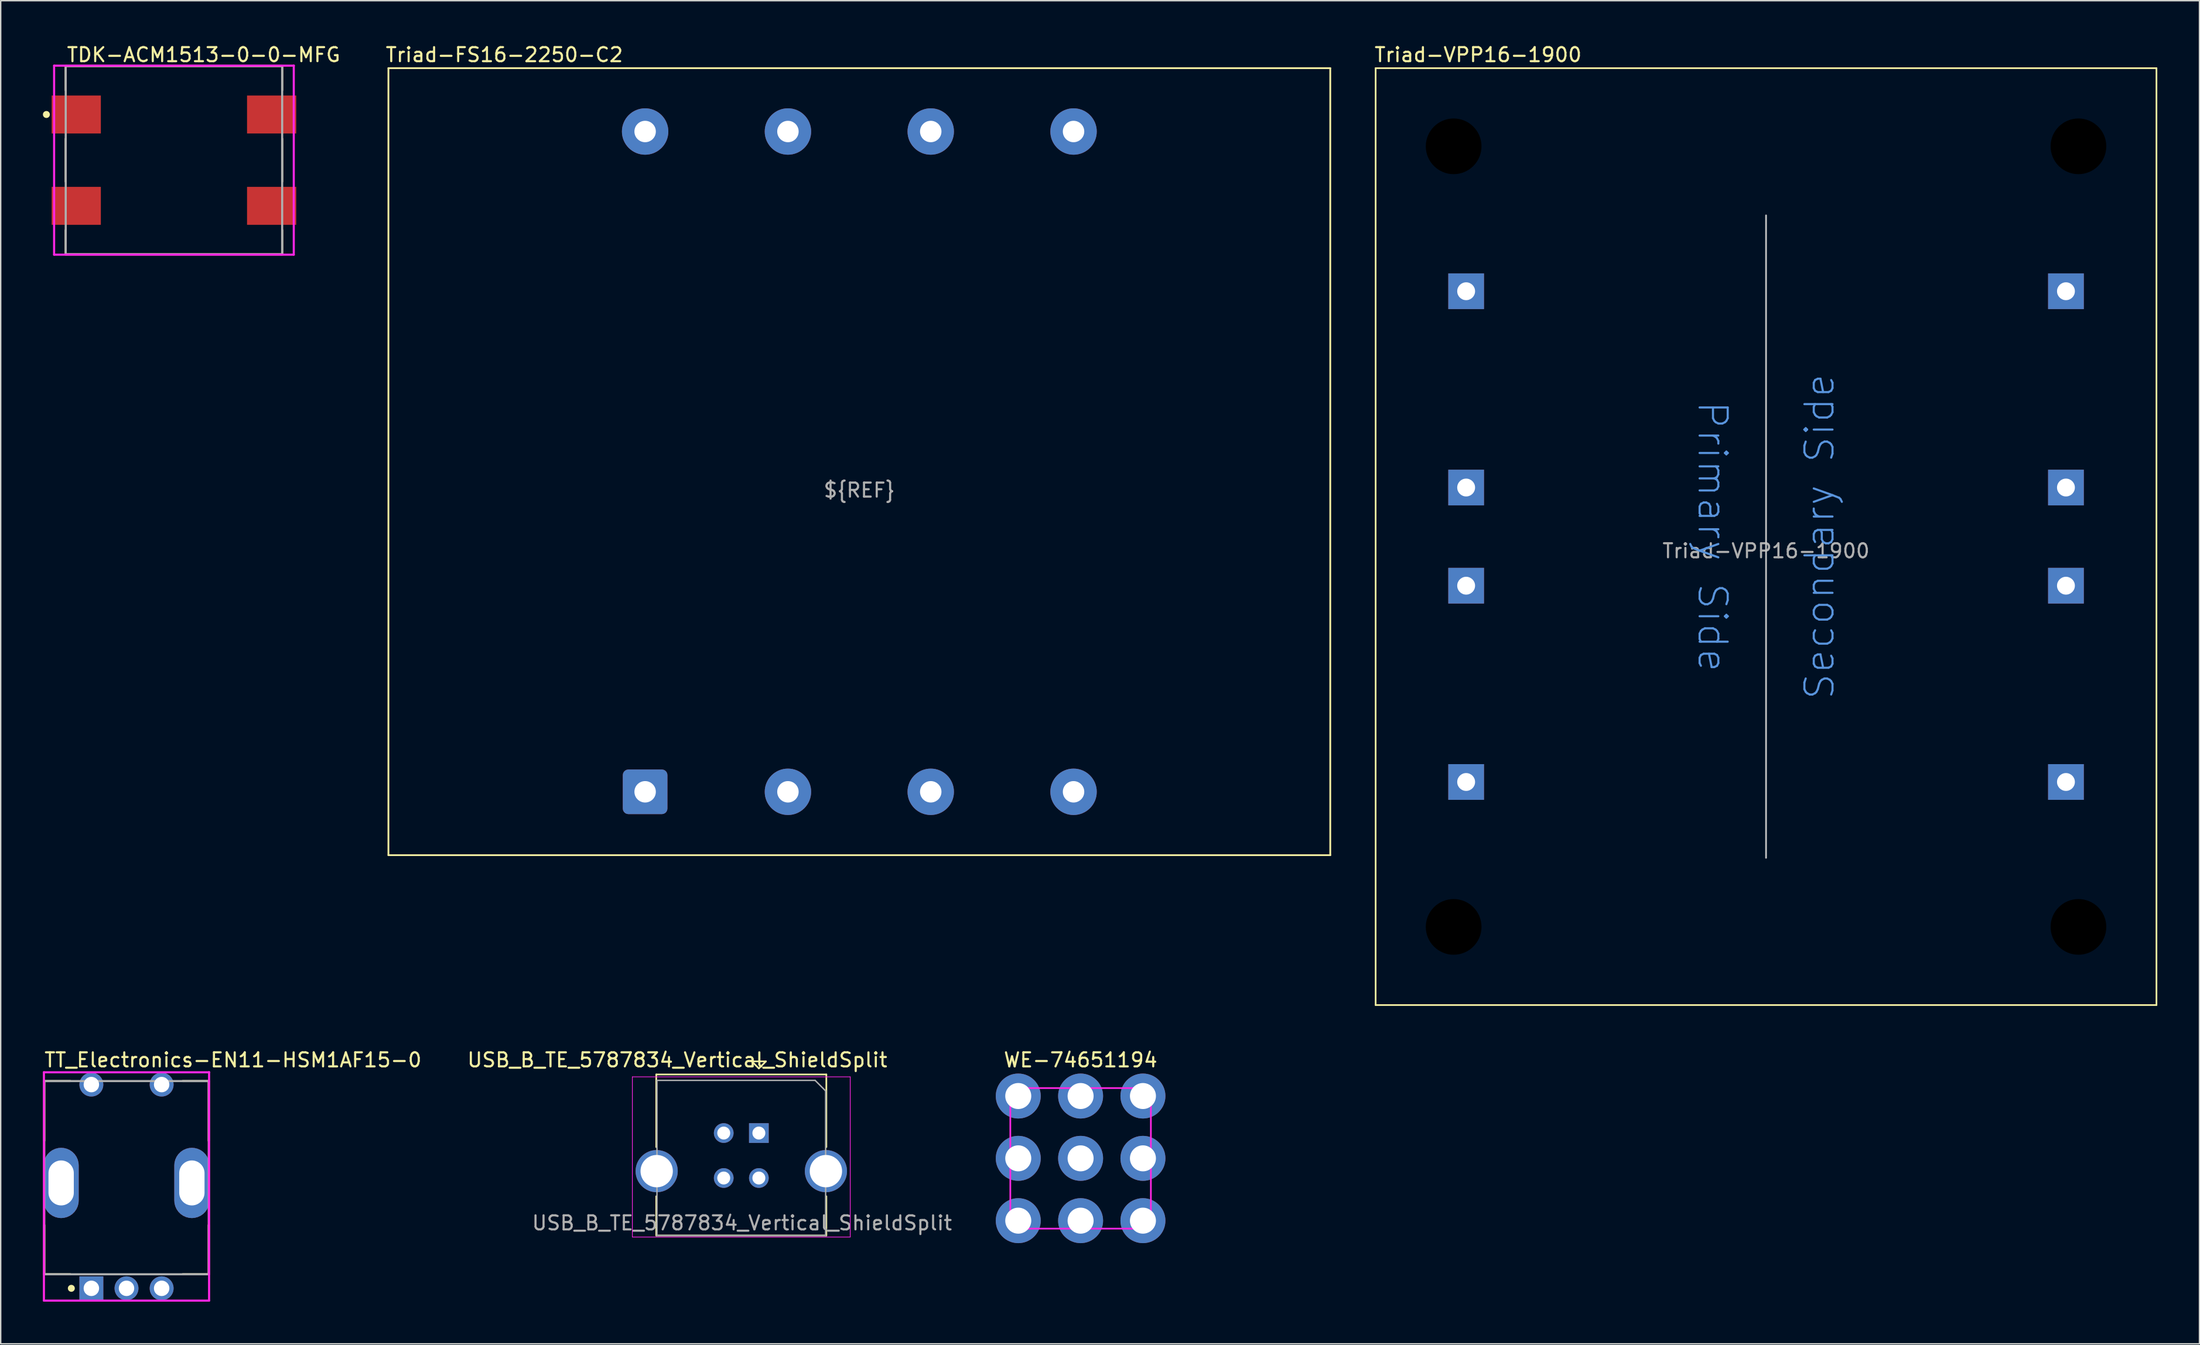
<source format=kicad_pcb>
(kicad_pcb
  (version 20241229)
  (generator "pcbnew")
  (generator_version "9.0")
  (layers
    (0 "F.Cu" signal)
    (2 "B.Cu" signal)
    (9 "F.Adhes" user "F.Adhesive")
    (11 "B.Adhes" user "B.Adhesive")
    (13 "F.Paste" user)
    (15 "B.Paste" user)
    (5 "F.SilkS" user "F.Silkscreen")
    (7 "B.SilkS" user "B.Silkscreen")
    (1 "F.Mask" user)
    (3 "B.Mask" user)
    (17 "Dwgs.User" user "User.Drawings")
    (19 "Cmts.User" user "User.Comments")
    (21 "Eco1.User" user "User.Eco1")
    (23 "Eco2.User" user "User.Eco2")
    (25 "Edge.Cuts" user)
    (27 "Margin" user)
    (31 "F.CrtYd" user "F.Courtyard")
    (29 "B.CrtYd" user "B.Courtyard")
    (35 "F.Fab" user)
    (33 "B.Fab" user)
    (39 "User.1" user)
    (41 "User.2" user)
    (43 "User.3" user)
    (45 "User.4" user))
  (footprint "TDK-ACM1513-0-0-MFG"
    (layer "F.Cu")
    (at 9.325 8.348)
    (property "Reference" "TDK-ACM1513-0-0-MFG" (at -7.7 -7.5 0) (layer "F.SilkS") (effects (font (size 1 1) (thickness 0.15)) (justify left)))
    (attr smd)
    (fp_line (start -7.7 -6.7) (end 7.7 -6.7) (stroke (width 0.15) (type solid)) (layer "F.SilkS"))
    (fp_line (start -7.7 -4.975) (end -7.7 -6.7) (stroke (width 0.15) (type solid)) (layer "F.SilkS"))
    (fp_line (start -7.7 1.525) (end -7.7 -1.525) (stroke (width 0.15) (type solid)) (layer "F.SilkS"))
    (fp_line (start -7.7 6.7) (end -7.7 4.975) (stroke (width 0.15) (type solid)) (layer "F.SilkS"))
    (fp_line (start -7.7 6.7) (end 7.7 6.7) (stroke (width 0.15) (type solid)) (layer "F.SilkS"))
    (fp_line (start 7.7 -4.975) (end 7.7 -6.7) (stroke (width 0.15) (type solid)) (layer "F.SilkS"))
    (fp_line (start 7.7 1.525) (end 7.7 -1.525) (stroke (width 0.15) (type solid)) (layer "F.SilkS"))
    (fp_line (start 7.7 6.7) (end 7.7 4.975) (stroke (width 0.15) (type solid)) (layer "F.SilkS"))
    (fp_circle (center -9.075 -3.25) (end -8.95 -3.25) (stroke (width 0.25) (type solid)) (fill no) (layer "F.SilkS"))
    (fp_line (start -8.525 -6.725) (end -8.525 6.725) (stroke (width 0.15) (type solid)) (layer "F.CrtYd"))
    (fp_line (start -8.525 6.725) (end 8.525 6.725) (stroke (width 0.15) (type solid)) (layer "F.CrtYd"))
    (fp_line (start 8.525 -6.725) (end -8.525 -6.725) (stroke (width 0.15) (type solid)) (layer "F.CrtYd"))
    (fp_line (start 8.525 -6.725) (end 8.525 -6.725) (stroke (width 0.15) (type solid)) (layer "F.CrtYd"))
    (fp_line (start 8.525 6.725) (end 8.525 -6.725) (stroke (width 0.15) (type solid)) (layer "F.CrtYd"))
    (fp_line (start -7.7 -6.7) (end 7.7 -6.7) (stroke (width 0.15) (type solid)) (layer "F.Fab"))
    (fp_line (start -7.7 6.7) (end -7.7 -6.7) (stroke (width 0.15) (type solid)) (layer "F.Fab"))
    (fp_line (start 7.7 -6.7) (end 7.7 6.7) (stroke (width 0.15) (type solid)) (layer "F.Fab"))
    (fp_line (start 7.7 6.7) (end -7.7 6.7) (stroke (width 0.15) (type solid)) (layer "F.Fab"))
    (pad "1" smd rect (at -6.95 -3.25) (size 3.5 2.7) (layers "F.Cu" "F.Mask" "F.Paste"))
    (pad "2" smd rect (at -6.95 3.25) (size 3.5 2.7) (layers "F.Cu" "F.Mask" "F.Paste"))
    (pad "3" smd rect (at 6.95 3.25) (size 3.5 2.7) (layers "F.Cu" "F.Mask" "F.Paste"))
    (pad "4" smd rect (at 6.95 -3.25) (size 3.5 2.7) (layers "F.Cu" "F.Mask" "F.Paste")))
  (footprint "Triad-VPP16-1900"
    (layer "F.Cu")
    (at 122.592 35.138)
    (property "Reference" "Triad-VPP16-1900" (at -27.94 -34.29 0) (unlocked yes) (layer "F.SilkS") (effects (font (size 1 1) (thickness 0.15)) (justify left)))
    (attr through_hole)
    (fp_line (start -27.775 -33.337) (end 27.775 -33.337) (stroke (width 0.12) (type solid)) (layer "F.SilkS"))
    (fp_line (start -27.775 33.337) (end -27.775 -33.337) (stroke (width 0.12) (type solid)) (layer "F.SilkS"))
    (fp_line (start -27.775 33.337) (end 27.775 33.337) (stroke (width 0.12) (type solid)) (layer "F.SilkS"))
    (fp_line (start 27.775 33.337) (end 27.775 -33.337) (stroke (width 0.12) (type solid)) (layer "F.SilkS"))
    (fp_line (start 0 -22.86) (end 0 22.86) (stroke (width 0.12) (type solid)) (layer "Dwgs.User"))
    (fp_text user "Secondary Side" (at 3.81 0 90) (unlocked yes) (layer "Cmts.User") (effects (font (size 2 2) (thickness 0.15))))
    (fp_text user "Primary Side" (at -3.81 0 270) (unlocked yes) (layer "Cmts.User") (effects (font (size 2 2) (thickness 0.15))))
    (fp_text user "${REFERENCE}" (at 0 1.016 0) (unlocked yes) (layer "F.Fab") (effects (font (size 1 1) (thickness 0.15))))
    (pad "" np_thru_hole circle (at -22.225 -27.775) (size 3.962 3.962) (drill 3.962) (layers "*.Mask"))
    (pad "" np_thru_hole circle (at -22.225 27.775) (size 3.962 3.962) (drill 3.962) (layers "*.Mask"))
    (pad "" np_thru_hole circle (at 22.225 -27.775) (size 3.962 3.962) (drill 3.962) (layers "*.Mask"))
    (pad "" np_thru_hole circle (at 22.225 27.775) (size 3.962 3.962) (drill 3.962) (layers "*.Mask"))
    (pad "1" thru_hole rect (at -21.336 -17.462) (size 2.54 2.54) (drill 1.27) (layers "*.Cu" "*.Mask"))
    (pad "3" thru_hole rect (at -21.336 -3.493) (size 2.54 2.54) (drill 1.27) (layers "*.Cu" "*.Mask"))
    (pad "4" thru_hole rect (at -21.336 3.493) (size 2.54 2.54) (drill 1.27) (layers "*.Cu" "*.Mask"))
    (pad "6" thru_hole rect (at -21.336 17.462) (size 2.54 2.54) (drill 1.27) (layers "*.Cu" "*.Mask"))
    (pad "7" thru_hole rect (at 21.336 -17.462) (size 2.54 2.54) (drill 1.27) (layers "*.Cu" "*.Mask"))
    (pad "9" thru_hole rect (at 21.336 -3.493) (size 2.54 2.54) (drill 1.27) (layers "*.Cu" "*.Mask"))
    (pad "10" thru_hole rect (at 21.336 3.493) (size 2.54 2.54) (drill 1.27) (layers "*.Cu" "*.Mask"))
    (pad "12" thru_hole rect (at 21.336 17.462) (size 2.54 2.54) (drill 1.27) (layers "*.Cu" "*.Mask")))
  (footprint "USB_B_TE_5787834_Vertical_ShieldSplit"
    (layer "F.Cu")
    (at 50.938 77.584)
    (property "Reference" "USB_B_TE_5787834_Vertical_ShieldSplit" (at -5.8 -5.2 0) (layer "F.SilkS") (effects (font (size 1 1) (thickness 0.15))))
    (attr through_hole)
    (fp_line (start -7.3 -4.17) (end 4.8 -4.17) (stroke (width 0.12) (type solid)) (layer "F.SilkS"))
    (fp_line (start -7.3 1) (end -7.3 -4.17) (stroke (width 0.12) (type solid)) (layer "F.SilkS"))
    (fp_line (start -7.3 7.29) (end -7.3 4.5) (stroke (width 0.12) (type solid)) (layer "F.SilkS"))
    (fp_line (start -0.5 -5.1) (end 0 -4.6) (stroke (width 0.12) (type solid)) (layer "F.SilkS"))
    (fp_line (start 0 -4.6) (end 0.5 -5.1) (stroke (width 0.12) (type solid)) (layer "F.SilkS"))
    (fp_line (start 0.5 -5.1) (end -0.5 -5.1) (stroke (width 0.12) (type solid)) (layer "F.SilkS"))
    (fp_line (start 4.8 -4.17) (end 4.8 1) (stroke (width 0.12) (type solid)) (layer "F.SilkS"))
    (fp_line (start 4.8 4.5) (end 4.8 7.29) (stroke (width 0.12) (type solid)) (layer "F.SilkS"))
    (fp_line (start 4.8 7.29) (end -7.3 7.29) (stroke (width 0.12) (type solid)) (layer "F.SilkS"))
    (fp_line (start -9 -4) (end -9 7.4) (stroke (width 0.05) (type solid)) (layer "F.CrtYd"))
    (fp_line (start -9 -4) (end 6.5 -4) (stroke (width 0.05) (type solid)) (layer "F.CrtYd"))
    (fp_line (start 6.5 7.4) (end -9 7.4) (stroke (width 0.05) (type solid)) (layer "F.CrtYd"))
    (fp_line (start 6.5 7.4) (end 6.5 -4) (stroke (width 0.05) (type solid)) (layer "F.CrtYd"))
    (fp_line (start -7.25 -3.75) (end 4 -3.75) (stroke (width 0.1) (type solid)) (layer "F.Fab"))
    (fp_line (start -7.25 7.29) (end -7.25 -3.75) (stroke (width 0.1) (type solid)) (layer "F.Fab"))
    (fp_line (start 4 -3.75) (end 4.75 -3) (stroke (width 0.1) (type solid)) (layer "F.Fab"))
    (fp_line (start 4.75 -3) (end 4.75 7.29) (stroke (width 0.1) (type solid)) (layer "F.Fab"))
    (fp_line (start 4.75 7.29) (end -7.25 7.29) (stroke (width 0.1) (type solid)) (layer "F.Fab"))
    (fp_text user "${REFERENCE}" (at -1.2 6.4 0) (layer "F.Fab") (effects (font (size 1 1) (thickness 0.15))))
    (pad "1" thru_hole rect (at 0 0) (size 1.4 1.4) (drill 0.92) (layers "*.Cu" "*.Mask"))
    (pad "2" thru_hole circle (at -2.5 0) (size 1.4 1.4) (drill 0.92) (layers "*.Cu" "*.Mask"))
    (pad "3" thru_hole circle (at -2.5 3.2) (size 1.4 1.4) (drill 0.92) (layers "*.Cu" "*.Mask"))
    (pad "4" thru_hole circle (at 0 3.2) (size 1.4 1.4) (drill 0.92) (layers "*.Cu" "*.Mask"))
    (pad "5" thru_hole circle (at -7.27 2.71) (size 3 3) (drill 2.3) (layers "*.Cu" "*.Mask"))
    (pad "6" thru_hole circle (at 4.77 2.71) (size 3 3) (drill 2.3) (layers "*.Cu" "*.Mask")))
  (footprint "WE-74651194"
    (layer "F.Cu")
    (at 73.827 79.384)
    (property "Reference" "WE-74651194" (at 0 -7 0) (unlocked yes) (layer "F.SilkS") (effects (font (size 1 1) (thickness 0.15))))
    (attr through_hole)
    (fp_line (start -5 -5) (end 5 -5) (stroke (width 0.12) (type solid)) (layer "F.CrtYd"))
    (fp_line (start -5 5) (end -5 -5) (stroke (width 0.12) (type solid)) (layer "F.CrtYd"))
    (fp_line (start -5 5) (end 5 5) (stroke (width 0.12) (type solid)) (layer "F.CrtYd"))
    (fp_line (start 5 5) (end 5 -5) (stroke (width 0.12) (type solid)) (layer "F.CrtYd"))
    (pad "1" thru_hole circle (at -4.435 -4.435) (size 3.2 3.2) (drill 1.85) (layers "*.Cu" "*.Mask"))
    (pad "1" thru_hole circle (at -4.435 0) (size 3.2 3.2) (drill 1.85) (layers "*.Cu" "*.Mask"))
    (pad "1" thru_hole circle (at -4.435 4.435) (size 3.2 3.2) (drill 1.85) (layers "*.Cu" "*.Mask"))
    (pad "1" thru_hole circle (at 0 -4.435) (size 3.2 3.2) (drill 1.85) (layers "*.Cu" "*.Mask"))
    (pad "1" thru_hole circle (at 0 0) (size 3.2 3.2) (drill 1.85) (layers "*.Cu" "*.Mask"))
    (pad "1" thru_hole circle (at 0 4.435) (size 3.2 3.2) (drill 1.85) (layers "*.Cu" "*.Mask"))
    (pad "1" thru_hole circle (at 4.435 -4.435) (size 3.2 3.2) (drill 1.85) (layers "*.Cu" "*.Mask"))
    (pad "1" thru_hole circle (at 4.435 0) (size 3.2 3.2) (drill 1.85) (layers "*.Cu" "*.Mask"))
    (pad "1" thru_hole circle (at 4.435 4.435) (size 3.2 3.2) (drill 1.85) (layers "*.Cu" "*.Mask")))
  (footprint "TT_Electronics-EN11-HSM1AF15-0"
    (layer "F.Cu")
    (at 5.95 81.134)
    (property "Reference" "TT_Electronics-EN11-HSM1AF15-0" (at -5.925 -8.75 0) (layer "F.SilkS") (effects (font (size 1 1) (thickness 0.15)) (justify left)))
    (attr through_hole)
    (fp_line (start -5.85 -7.25) (end -5.85 -3) (stroke (width 0.15) (type solid)) (layer "F.SilkS"))
    (fp_line (start -5.85 -7.25) (end -4 -7.25) (stroke (width 0.15) (type solid)) (layer "F.SilkS"))
    (fp_line (start -5.85 6.5) (end -5.85 3) (stroke (width 0.15) (type solid)) (layer "F.SilkS"))
    (fp_line (start -5.85 6.5) (end -4 6.5) (stroke (width 0.15) (type solid)) (layer "F.SilkS"))
    (fp_line (start 5.85 -7.25) (end 4 -7.25) (stroke (width 0.15) (type solid)) (layer "F.SilkS"))
    (fp_line (start 5.85 -7.25) (end 5.85 -3) (stroke (width 0.15) (type solid)) (layer "F.SilkS"))
    (fp_line (start 5.85 6.5) (end 4 6.5) (stroke (width 0.15) (type solid)) (layer "F.SilkS"))
    (fp_line (start 5.85 6.5) (end 5.85 3) (stroke (width 0.15) (type solid)) (layer "F.SilkS"))
    (fp_circle (center -3.925 7.5) (end -3.8 7.5) (stroke (width 0.25) (type solid)) (fill no) (layer "F.SilkS"))
    (fp_line (start -5.875 -7.875) (end -5.875 8.375) (stroke (width 0.15) (type solid)) (layer "F.CrtYd"))
    (fp_line (start -5.875 8.375) (end 5.875 8.375) (stroke (width 0.15) (type solid)) (layer "F.CrtYd"))
    (fp_line (start 5.875 -7.875) (end -5.875 -7.875) (stroke (width 0.15) (type solid)) (layer "F.CrtYd"))
    (fp_line (start 5.875 -7.875) (end 5.875 -7.875) (stroke (width 0.15) (type solid)) (layer "F.CrtYd"))
    (fp_line (start 5.875 8.375) (end 5.875 -7.875) (stroke (width 0.15) (type solid)) (layer "F.CrtYd"))
    (fp_line (start -5.85 -7.25) (end 5.85 -7.25) (stroke (width 0.15) (type solid)) (layer "F.Fab"))
    (fp_line (start -5.85 6.5) (end -5.85 -7.25) (stroke (width 0.15) (type solid)) (layer "F.Fab"))
    (fp_line (start 5.85 -7.25) (end 5.85 6.5) (stroke (width 0.15) (type solid)) (layer "F.Fab"))
    (fp_line (start 5.85 6.5) (end -5.85 6.5) (stroke (width 0.15) (type solid)) (layer "F.Fab"))
    (pad "1" thru_hole roundrect (at -4.65 0) (size 2.5 5) (drill oval 1.8 3.2) (layers "*.Cu" "*.Mask") (roundrect_rratio 0.5))
    (pad "2" thru_hole roundrect (at 4.65 0) (size 2.5 5) (drill oval 1.8 3.2) (layers "*.Cu" "*.Mask") (roundrect_rratio 0.5))
    (pad "A" thru_hole rect (at -2.5 7.5) (size 1.7 1.7) (drill 1.1) (layers "*.Cu" "*.Mask"))
    (pad "B" thru_hole circle (at 2.5 7.5) (size 1.7 1.7) (drill 1.1) (layers "*.Cu" "*.Mask"))
    (pad "C" thru_hole circle (at 0 7.5) (size 1.7 1.7) (drill 1.1) (layers "*.Cu" "*.Mask"))
    (pad "S1" thru_hole circle (at -2.5 -7) (size 1.7 1.7) (drill 1.1) (layers "*.Cu" "*.Mask"))
    (pad "S2" thru_hole circle (at 2.5 -7) (size 1.7 1.7) (drill 1.1) (layers "*.Cu" "*.Mask")))
  (footprint "Triad-FS16-2250-C2"
    (layer "F.Cu")
    (at 58.086 29.804)
    (property "Reference" "Triad-FS16-2250-C2" (at -33.782 -28.956 0) (unlocked yes) (layer "F.SilkS") (effects (font (size 1 1) (thickness 0.15)) (justify left)))
    (attr through_hole)
    (fp_line (start -33.503 -28.003) (end 33.503 -28.003) (stroke (width 0.127) (type default)) (layer "F.SilkS"))
    (fp_line (start -33.503 28.003) (end -33.503 -28.003) (stroke (width 0.127) (type default)) (layer "F.SilkS"))
    (fp_line (start -33.503 28.003) (end 33.503 28.003) (stroke (width 0.127) (type default)) (layer "F.SilkS"))
    (fp_line (start 33.503 -28.003) (end 33.503 28.003) (stroke (width 0.127) (type default)) (layer "F.SilkS"))
    (fp_text user "${REF}" (at 0 2.032 0) (unlocked yes) (layer "F.Fab") (effects (font (size 1 1) (thickness 0.15))))
    (pad "1" thru_hole roundrect (at -15.24 23.495) (size 3.175 3.175) (drill 1.524) (layers "*.Cu" "*.Mask") (roundrect_rratio 0.125))
    (pad "2" thru_hole circle (at -5.08 23.495) (size 3.302 3.302) (drill 1.524) (layers "*.Cu" "*.Mask"))
    (pad "3" thru_hole circle (at 5.08 23.495) (size 3.302 3.302) (drill 1.524) (layers "*.Cu" "*.Mask"))
    (pad "4" thru_hole circle (at 15.24 23.495) (size 3.302 3.302) (drill 1.524) (layers "*.Cu" "*.Mask"))
    (pad "5" thru_hole circle (at -15.24 -23.495) (size 3.302 3.302) (drill 1.524) (layers "*.Cu" "*.Mask"))
    (pad "6" thru_hole circle (at -5.08 -23.495) (size 3.302 3.302) (drill 1.524) (layers "*.Cu" "*.Mask"))
    (pad "7" thru_hole circle (at 5.08 -23.495) (size 3.302 3.302) (drill 1.524) (layers "*.Cu" "*.Mask"))
    (pad "8" thru_hole circle (at 15.24 -23.495) (size 3.302 3.302) (drill 1.524) (layers "*.Cu" "*.Mask")))
  (gr_rect
    (start -3 -3)
    (end 153.427 92.584)
    (stroke (width 0.1) (type default))
    (fill no)
    (layer "Edge.Cuts")))
</source>
